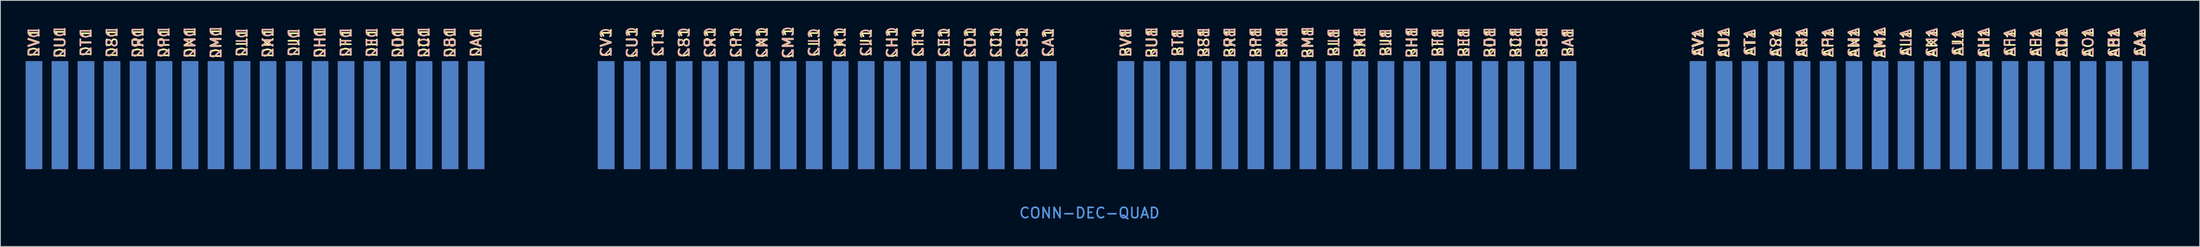
<source format=kicad_pcb>
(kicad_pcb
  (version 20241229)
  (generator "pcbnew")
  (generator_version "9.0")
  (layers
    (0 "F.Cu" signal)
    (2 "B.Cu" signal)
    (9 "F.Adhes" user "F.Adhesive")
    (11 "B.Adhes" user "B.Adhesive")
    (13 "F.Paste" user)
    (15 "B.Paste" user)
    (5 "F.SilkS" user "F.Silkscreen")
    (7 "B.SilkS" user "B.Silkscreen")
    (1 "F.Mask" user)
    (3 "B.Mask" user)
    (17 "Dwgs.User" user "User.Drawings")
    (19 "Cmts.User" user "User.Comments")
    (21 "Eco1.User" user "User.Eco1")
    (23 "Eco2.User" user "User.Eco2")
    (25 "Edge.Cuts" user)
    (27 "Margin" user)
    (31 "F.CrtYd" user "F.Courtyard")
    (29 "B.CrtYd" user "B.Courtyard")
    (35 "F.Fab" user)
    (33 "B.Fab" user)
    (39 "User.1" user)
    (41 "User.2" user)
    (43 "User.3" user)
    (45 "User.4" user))
  (footprint "CONN-DEC-QUAD"
    (layer "F.Cu")
    (at 262.237 18.653)
    (property "Reference" "CONN-DEC-QUAD" (at -132.283 4.343 0) (layer "Cmts.User") (effects (font (size 1.27 1.27) (thickness 0.203))))
    (attr through_hole)
    (fp_text user "AM1" (at -35.763 -16.51 90) (layer "F.SilkS") (effects (font (size 1.27 1.27) (thickness 0.203))))
    (fp_text user "AR1" (at -45.288 -16.51 90) (layer "F.SilkS") (effects (font (size 1.27 1.27) (thickness 0.203))))
    (fp_text user "DR1" (at -248.437 -16.51 90) (layer "F.SilkS") (effects (font (size 1.27 1.27) (thickness 0.203))))
    (fp_text user "BA1" (at -73.863 -16.51 90) (layer "F.SilkS") (effects (font (size 1.27 1.27) (thickness 0.203))))
    (fp_text user "BF1" (at -89.738 -16.51 90) (layer "F.SilkS") (effects (font (size 1.27 1.27) (thickness 0.203))))
    (fp_text user "BU1" (at -124.663 -16.51 90) (layer "F.SilkS") (effects (font (size 1.27 1.27) (thickness 0.203))))
    (fp_text user "DB1" (at -210.337 -16.51 90) (layer "F.SilkS") (effects (font (size 1.27 1.27) (thickness 0.203))))
    (fp_text user "DN1" (at -242.087 -16.51 90) (layer "F.SilkS") (effects (font (size 1.27 1.27) (thickness 0.203))))
    (fp_text user "BS1" (at -118.313 -16.51 90) (layer "F.SilkS") (effects (font (size 1.27 1.27) (thickness 0.203))))
    (fp_text user "CR1" (at -178.587 -16.51 90) (layer "F.SilkS") (effects (font (size 1.27 1.27) (thickness 0.203))))
    (fp_text user "CL1" (at -165.887 -16.51 90) (layer "F.SilkS") (effects (font (size 1.27 1.27) (thickness 0.203))))
    (fp_text user "BR1" (at -115.138 -16.51 90) (layer "F.SilkS") (effects (font (size 1.27 1.27) (thickness 0.203))))
    (fp_text user "AE1" (at -16.713 -16.51 90) (layer "F.SilkS") (effects (font (size 1.27 1.27) (thickness 0.203))))
    (fp_text user "DE1" (at -219.862 -16.51 90) (layer "F.SilkS") (effects (font (size 1.27 1.27) (thickness 0.203))))
    (fp_text user "DL1" (at -235.737 -16.51 90) (layer "F.SilkS") (effects (font (size 1.27 1.27) (thickness 0.203))))
    (fp_text user "CM1" (at -169.062 -16.51 90) (layer "F.SilkS") (effects (font (size 1.27 1.27) (thickness 0.203))))
    (fp_text user "BB1" (at -77.038 -16.51 90) (layer "F.SilkS") (effects (font (size 1.27 1.27) (thickness 0.203))))
    (fp_text user "AF1" (at -19.888 -16.51 90) (layer "F.SilkS") (effects (font (size 1.27 1.27) (thickness 0.203))))
    (fp_text user "BJ1" (at -96.088 -16.51 90) (layer "F.SilkS") (effects (font (size 1.27 1.27) (thickness 0.203))))
    (fp_text user "AP1" (at -42.113 -16.51 90) (layer "F.SilkS") (effects (font (size 1.27 1.27) (thickness 0.203))))
    (fp_text user "AB1" (at -7.188 -16.51 90) (layer "F.SilkS") (effects (font (size 1.27 1.27) (thickness 0.203))))
    (fp_text user "CU1" (at -188.112 -16.51 90) (layer "F.SilkS") (effects (font (size 1.27 1.27) (thickness 0.203))))
    (fp_text user "BE1" (at -86.563 -16.51 90) (layer "F.SilkS") (effects (font (size 1.27 1.27) (thickness 0.203))))
    (fp_text user "AC1" (at -10.363 -16.51 90) (layer "F.SilkS") (effects (font (size 1.27 1.27) (thickness 0.203))))
    (fp_text user "AJ1" (at -26.238 -16.51 90) (layer "F.SilkS") (effects (font (size 1.27 1.27) (thickness 0.203))))
    (fp_text user "BL1" (at -102.438 -16.51 90) (layer "F.SilkS") (effects (font (size 1.27 1.27) (thickness 0.203))))
    (fp_text user "CN1" (at -172.237 -16.51 90) (layer "F.SilkS") (effects (font (size 1.27 1.27) (thickness 0.203))))
    (fp_text user "BT1" (at -121.488 -16.51 90) (layer "F.SilkS") (effects (font (size 1.27 1.27) (thickness 0.203))))
    (fp_text user "AH1" (at -23.063 -16.51 90) (layer "F.SilkS") (effects (font (size 1.27 1.27) (thickness 0.203))))
    (fp_text user "DC1" (at -213.512 -16.51 90) (layer "F.SilkS") (effects (font (size 1.27 1.27) (thickness 0.203))))
    (fp_text user "CT1" (at -184.937 -16.51 90) (layer "F.SilkS") (effects (font (size 1.27 1.27) (thickness 0.203))))
    (fp_text user "BP1" (at -111.963 -16.51 90) (layer "F.SilkS") (effects (font (size 1.27 1.27) (thickness 0.203))))
    (fp_text user "BK1" (at -99.263 -16.51 90) (layer "F.SilkS") (effects (font (size 1.27 1.27) (thickness 0.203))))
    (fp_text user "DT1" (at -254.787 -16.51 90) (layer "F.SilkS") (effects (font (size 1.27 1.27) (thickness 0.203))))
    (fp_text user "AN1" (at -38.938 -16.51 90) (layer "F.SilkS") (effects (font (size 1.27 1.27) (thickness 0.203))))
    (fp_text user "AS1" (at -48.463 -16.51 90) (layer "F.SilkS") (effects (font (size 1.27 1.27) (thickness 0.203))))
    (fp_text user "DP1" (at -245.262 -16.51 90) (layer "F.SilkS") (effects (font (size 1.27 1.27) (thickness 0.203))))
    (fp_text user "DV1" (at -261.137 -16.51 90) (layer "F.SilkS") (effects (font (size 1.27 1.27) (thickness 0.203))))
    (fp_text user "DM1" (at -238.912 -16.51 90) (layer "F.SilkS") (effects (font (size 1.27 1.27) (thickness 0.203))))
    (fp_text user "BV1" (at -127.838 -16.51 90) (layer "F.SilkS") (effects (font (size 1.27 1.27) (thickness 0.203))))
    (fp_text user "DF1" (at -223.037 -16.51 90) (layer "F.SilkS") (effects (font (size 1.27 1.27) (thickness 0.203))))
    (fp_text user "AV1" (at -57.988 -16.51 90) (layer "F.SilkS") (effects (font (size 1.27 1.27) (thickness 0.203))))
    (fp_text user "AL1" (at -32.588 -16.51 90) (layer "F.SilkS") (effects (font (size 1.27 1.27) (thickness 0.203))))
    (fp_text user "BD1" (at -83.388 -16.51 90) (layer "F.SilkS") (effects (font (size 1.27 1.27) (thickness 0.203))))
    (fp_text user "CB1" (at -140.487 -16.51 90) (layer "F.SilkS") (effects (font (size 1.27 1.27) (thickness 0.203))))
    (fp_text user "AU1" (at -54.813 -16.51 90) (layer "F.SilkS") (effects (font (size 1.27 1.27) (thickness 0.203))))
    (fp_text user "DA1" (at -207.162 -16.51 90) (layer "F.SilkS") (effects (font (size 1.27 1.27) (thickness 0.203))))
    (fp_text user "DD1" (at -216.687 -16.51 90) (layer "F.SilkS") (effects (font (size 1.27 1.27) (thickness 0.203))))
    (fp_text user "DK1" (at -232.562 -16.51 90) (layer "F.SilkS") (effects (font (size 1.27 1.27) (thickness 0.203))))
    (fp_text user "BH1" (at -92.913 -16.51 90) (layer "F.SilkS") (effects (font (size 1.27 1.27) (thickness 0.203))))
    (fp_text user "CE1" (at -150.012 -16.51 90) (layer "F.SilkS") (effects (font (size 1.27 1.27) (thickness 0.203))))
    (fp_text user "BM1" (at -105.613 -16.51 90) (layer "F.SilkS") (effects (font (size 1.27 1.27) (thickness 0.203))))
    (fp_text user "BC1" (at -80.213 -16.51 90) (layer "F.SilkS") (effects (font (size 1.27 1.27) (thickness 0.203))))
    (fp_text user "AA1" (at -4.013 -16.51 90) (layer "F.SilkS") (effects (font (size 1.27 1.27) (thickness 0.203))))
    (fp_text user "CC1" (at -143.662 -16.51 90) (layer "F.SilkS") (effects (font (size 1.27 1.27) (thickness 0.203))))
    (fp_text user "DS1" (at -251.612 -16.51 90) (layer "F.SilkS") (effects (font (size 1.27 1.27) (thickness 0.203))))
    (fp_text user "CS1" (at -181.762 -16.51 90) (layer "F.SilkS") (effects (font (size 1.27 1.27) (thickness 0.203))))
    (fp_text user "CF1" (at -153.187 -16.51 90) (layer "F.SilkS") (effects (font (size 1.27 1.27) (thickness 0.203))))
    (fp_text user "DH1" (at -226.212 -16.51 90) (layer "F.SilkS") (effects (font (size 1.27 1.27) (thickness 0.203))))
    (fp_text user "CD1" (at -146.837 -16.51 90) (layer "F.SilkS") (effects (font (size 1.27 1.27) (thickness 0.203))))
    (fp_text user "AD1" (at -13.538 -16.51 90) (layer "F.SilkS") (effects (font (size 1.27 1.27) (thickness 0.203))))
    (fp_text user "AT1" (at -51.638 -16.51 90) (layer "F.SilkS") (effects (font (size 1.27 1.27) (thickness 0.203))))
    (fp_text user "CP1" (at -175.412 -16.51 90) (layer "F.SilkS") (effects (font (size 1.27 1.27) (thickness 0.203))))
    (fp_text user "CJ1" (at -159.537 -16.51 90) (layer "F.SilkS") (effects (font (size 1.27 1.27) (thickness 0.203))))
    (fp_text user "CK1" (at -162.712 -16.51 90) (layer "F.SilkS") (effects (font (size 1.27 1.27) (thickness 0.203))))
    (fp_text user "CA1" (at -137.312 -16.51 90) (layer "F.SilkS") (effects (font (size 1.27 1.27) (thickness 0.203))))
    (fp_text user "CV1" (at -191.287 -16.51 90) (layer "F.SilkS") (effects (font (size 1.27 1.27) (thickness 0.203))))
    (fp_text user "DJ1" (at -229.387 -16.51 90) (layer "F.SilkS") (effects (font (size 1.27 1.27) (thickness 0.203))))
    (fp_text user "BN1" (at -108.788 -16.51 90) (layer "F.SilkS") (effects (font (size 1.27 1.27) (thickness 0.203))))
    (fp_text user "DU1" (at -257.962 -16.51 90) (layer "F.SilkS") (effects (font (size 1.27 1.27) (thickness 0.203))))
    (fp_text user "CH1" (at -156.362 -16.51 90) (layer "F.SilkS") (effects (font (size 1.27 1.27) (thickness 0.203))))
    (fp_text user "AK1" (at -29.413 -16.51 90) (layer "F.SilkS") (effects (font (size 1.27 1.27) (thickness 0.203))))
    (fp_text user "BT2" (at -121.488 -16.51 90) (layer "B.SilkS") (effects (font (size 1.27 1.27) (thickness 0.203)) (justify mirror)))
    (fp_text user "DC2" (at -213.512 -16.51 90) (layer "B.SilkS") (effects (font (size 1.27 1.27) (thickness 0.203)) (justify mirror)))
    (fp_text user "DM2" (at -238.912 -16.51 90) (layer "B.SilkS") (effects (font (size 1.27 1.27) (thickness 0.203)) (justify mirror)))
    (fp_text user "BA2" (at -73.863 -16.51 90) (layer "B.SilkS") (effects (font (size 1.27 1.27) (thickness 0.203)) (justify mirror)))
    (fp_text user "BP2" (at -111.963 -16.51 90) (layer "B.SilkS") (effects (font (size 1.27 1.27) (thickness 0.203)) (justify mirror)))
    (fp_text user "BD2" (at -83.388 -16.51 90) (layer "B.SilkS") (effects (font (size 1.27 1.27) (thickness 0.203)) (justify mirror)))
    (fp_text user "DH2" (at -226.212 -16.51 90) (layer "B.SilkS") (effects (font (size 1.27 1.27) (thickness 0.203)) (justify mirror)))
    (fp_text user "CV2" (at -191.287 -16.51 90) (layer "B.SilkS") (effects (font (size 1.27 1.27) (thickness 0.203)) (justify mirror)))
    (fp_text user "AL2" (at -32.588 -16.51 90) (layer "B.SilkS") (effects (font (size 1.27 1.27) (thickness 0.203)) (justify mirror)))
    (fp_text user "AT2" (at -51.638 -16.51 90) (layer "B.SilkS") (effects (font (size 1.27 1.27) (thickness 0.203)) (justify mirror)))
    (fp_text user "DA2" (at -207.162 -16.51 90) (layer "B.SilkS") (effects (font (size 1.27 1.27) (thickness 0.203)) (justify mirror)))
    (fp_text user "DE2" (at -219.862 -16.51 90) (layer "B.SilkS") (effects (font (size 1.27 1.27) (thickness 0.203)) (justify mirror)))
    (fp_text user "AP2" (at -42.113 -16.51 90) (layer "B.SilkS") (effects (font (size 1.27 1.27) (thickness 0.203)) (justify mirror)))
    (fp_text user "CD2" (at -146.837 -16.51 90) (layer "B.SilkS") (effects (font (size 1.27 1.27) (thickness 0.203)) (justify mirror)))
    (fp_text user "CN2" (at -172.237 -16.51 90) (layer "B.SilkS") (effects (font (size 1.27 1.27) (thickness 0.203)) (justify mirror)))
    (fp_text user "DU2" (at -257.962 -16.51 90) (layer "B.SilkS") (effects (font (size 1.27 1.27) (thickness 0.203)) (justify mirror)))
    (fp_text user "BE2" (at -86.563 -16.51 90) (layer "B.SilkS") (effects (font (size 1.27 1.27) (thickness 0.203)) (justify mirror)))
    (fp_text user "DF2" (at -223.037 -16.51 90) (layer "B.SilkS") (effects (font (size 1.27 1.27) (thickness 0.203)) (justify mirror)))
    (fp_text user "DK2" (at -232.562 -16.51 90) (layer "B.SilkS") (effects (font (size 1.27 1.27) (thickness 0.203)) (justify mirror)))
    (fp_text user "AU2" (at -54.813 -16.51 90) (layer "B.SilkS") (effects (font (size 1.27 1.27) (thickness 0.203)) (justify mirror)))
    (fp_text user "CS2" (at -181.762 -16.51 90) (layer "B.SilkS") (effects (font (size 1.27 1.27) (thickness 0.203)) (justify mirror)))
    (fp_text user "BM2" (at -105.613 -16.51 90) (layer "B.SilkS") (effects (font (size 1.27 1.27) (thickness 0.203)) (justify mirror)))
    (fp_text user "BR2" (at -115.138 -16.51 90) (layer "B.SilkS") (effects (font (size 1.27 1.27) (thickness 0.203)) (justify mirror)))
    (fp_text user "AC2" (at -10.363 -16.51 90) (layer "B.SilkS") (effects (font (size 1.27 1.27) (thickness 0.203)) (justify mirror)))
    (fp_text user "BK2" (at -99.263 -16.51 90) (layer "B.SilkS") (effects (font (size 1.27 1.27) (thickness 0.203)) (justify mirror)))
    (fp_text user "AN2" (at -38.938 -16.51 90) (layer "B.SilkS") (effects (font (size 1.27 1.27) (thickness 0.203)) (justify mirror)))
    (fp_text user "BC2" (at -80.213 -16.51 90) (layer "B.SilkS") (effects (font (size 1.27 1.27) (thickness 0.203)) (justify mirror)))
    (fp_text user "DJ2" (at -229.387 -16.51 90) (layer "B.SilkS") (effects (font (size 1.27 1.27) (thickness 0.203)) (justify mirror)))
    (fp_text user "AJ2" (at -26.238 -16.51 90) (layer "B.SilkS") (effects (font (size 1.27 1.27) (thickness 0.203)) (justify mirror)))
    (fp_text user "BF2" (at -89.738 -16.51 90) (layer "B.SilkS") (effects (font (size 1.27 1.27) (thickness 0.203)) (justify mirror)))
    (fp_text user "AA2" (at -4.013 -16.51 90) (layer "B.SilkS") (effects (font (size 1.27 1.27) (thickness 0.203)) (justify mirror)))
    (fp_text user "CU2" (at -188.112 -16.51 90) (layer "B.SilkS") (effects (font (size 1.27 1.27) (thickness 0.203)) (justify mirror)))
    (fp_text user "CH2" (at -156.362 -16.51 90) (layer "B.SilkS") (effects (font (size 1.27 1.27) (thickness 0.203)) (justify mirror)))
    (fp_text user "AD2" (at -13.538 -16.51 90) (layer "B.SilkS") (effects (font (size 1.27 1.27) (thickness 0.203)) (justify mirror)))
    (fp_text user "CK2" (at -162.712 -16.51 90) (layer "B.SilkS") (effects (font (size 1.27 1.27) (thickness 0.203)) (justify mirror)))
    (fp_text user "BU2" (at -124.663 -16.51 90) (layer "B.SilkS") (effects (font (size 1.27 1.27) (thickness 0.203)) (justify mirror)))
    (fp_text user "CT2" (at -184.937 -16.51 90) (layer "B.SilkS") (effects (font (size 1.27 1.27) (thickness 0.203)) (justify mirror)))
    (fp_text user "CC2" (at -143.662 -16.51 90) (layer "B.SilkS") (effects (font (size 1.27 1.27) (thickness 0.203)) (justify mirror)))
    (fp_text user "DT2" (at -254.787 -16.51 90) (layer "B.SilkS") (effects (font (size 1.27 1.27) (thickness 0.203)) (justify mirror)))
    (fp_text user "AH2" (at -23.063 -16.51 90) (layer "B.SilkS") (effects (font (size 1.27 1.27) (thickness 0.203)) (justify mirror)))
    (fp_text user "DR2" (at -248.437 -16.51 90) (layer "B.SilkS") (effects (font (size 1.27 1.27) (thickness 0.203)) (justify mirror)))
    (fp_text user "AR2" (at -45.288 -16.51 90) (layer "B.SilkS") (effects (font (size 1.27 1.27) (thickness 0.203)) (justify mirror)))
    (fp_text user "CL2" (at -165.887 -16.51 90) (layer "B.SilkS") (effects (font (size 1.27 1.27) (thickness 0.203)) (justify mirror)))
    (fp_text user "BL2" (at -102.438 -16.51 90) (layer "B.SilkS") (effects (font (size 1.27 1.27) (thickness 0.203)) (justify mirror)))
    (fp_text user "CP2" (at -175.412 -16.51 90) (layer "B.SilkS") (effects (font (size 1.27 1.27) (thickness 0.203)) (justify mirror)))
    (fp_text user "AB2" (at -7.188 -16.51 90) (layer "B.SilkS") (effects (font (size 1.27 1.27) (thickness 0.203)) (justify mirror)))
    (fp_text user "DL2" (at -235.737 -16.51 90) (layer "B.SilkS") (effects (font (size 1.27 1.27) (thickness 0.203)) (justify mirror)))
    (fp_text user "CA2" (at -137.312 -16.51 90) (layer "B.SilkS") (effects (font (size 1.27 1.27) (thickness 0.203)) (justify mirror)))
    (fp_text user "AV2" (at -57.988 -16.51 90) (layer "B.SilkS") (effects (font (size 1.27 1.27) (thickness 0.203)) (justify mirror)))
    (fp_text user "DN2" (at -242.087 -16.51 90) (layer "B.SilkS") (effects (font (size 1.27 1.27) (thickness 0.203)) (justify mirror)))
    (fp_text user "CJ2" (at -159.537 -16.51 90) (layer "B.SilkS") (effects (font (size 1.27 1.27) (thickness 0.203)) (justify mirror)))
    (fp_text user "CM2" (at -169.062 -16.51 90) (layer "B.SilkS") (effects (font (size 1.27 1.27) (thickness 0.203)) (justify mirror)))
    (fp_text user "BB2" (at -77.038 -16.51 90) (layer "B.SilkS") (effects (font (size 1.27 1.27) (thickness 0.203)) (justify mirror)))
    (fp_text user "BH2" (at -92.913 -16.51 90) (layer "B.SilkS") (effects (font (size 1.27 1.27) (thickness 0.203)) (justify mirror)))
    (fp_text user "BJ2" (at -96.088 -16.51 90) (layer "B.SilkS") (effects (font (size 1.27 1.27) (thickness 0.203)) (justify mirror)))
    (fp_text user "BV2" (at -127.838 -16.51 90) (layer "B.SilkS") (effects (font (size 1.27 1.27) (thickness 0.203)) (justify mirror)))
    (fp_text user "AF2" (at -19.888 -16.51 90) (layer "B.SilkS") (effects (font (size 1.27 1.27) (thickness 0.203)) (justify mirror)))
    (fp_text user "DV2" (at -261.137 -16.51 90) (layer "B.SilkS") (effects (font (size 1.27 1.27) (thickness 0.203)) (justify mirror)))
    (fp_text user "DP2" (at -245.262 -16.51 90) (layer "B.SilkS") (effects (font (size 1.27 1.27) (thickness 0.203)) (justify mirror)))
    (fp_text user "CE2" (at -150.012 -16.51 90) (layer "B.SilkS") (effects (font (size 1.27 1.27) (thickness 0.203)) (justify mirror)))
    (fp_text user "AE2" (at -16.713 -16.51 90) (layer "B.SilkS") (effects (font (size 1.27 1.27) (thickness 0.203)) (justify mirror)))
    (fp_text user "BN2" (at -108.788 -16.51 90) (layer "B.SilkS") (effects (font (size 1.27 1.27) (thickness 0.203)) (justify mirror)))
    (fp_text user "CF2" (at -153.187 -16.51 90) (layer "B.SilkS") (effects (font (size 1.27 1.27) (thickness 0.203)) (justify mirror)))
    (fp_text user "CR2" (at -178.587 -16.51 90) (layer "B.SilkS") (effects (font (size 1.27 1.27) (thickness 0.203)) (justify mirror)))
    (fp_text user "CB2" (at -140.487 -16.51 90) (layer "B.SilkS") (effects (font (size 1.27 1.27) (thickness 0.203)) (justify mirror)))
    (fp_text user "DD2" (at -216.687 -16.51 90) (layer "B.SilkS") (effects (font (size 1.27 1.27) (thickness 0.203)) (justify mirror)))
    (fp_text user "DB2" (at -210.337 -16.51 90) (layer "B.SilkS") (effects (font (size 1.27 1.27) (thickness 0.203)) (justify mirror)))
    (fp_text user "AM2" (at -35.763 -16.51 90) (layer "B.SilkS") (effects (font (size 1.27 1.27) (thickness 0.203)) (justify mirror)))
    (fp_text user "DS2" (at -251.612 -16.51 90) (layer "B.SilkS") (effects (font (size 1.27 1.27) (thickness 0.203)) (justify mirror)))
    (fp_text user "AS2" (at -48.463 -16.51 90) (layer "B.SilkS") (effects (font (size 1.27 1.27) (thickness 0.203)) (justify mirror)))
    (fp_text user "BS2" (at -118.313 -16.51 90) (layer "B.SilkS") (effects (font (size 1.27 1.27) (thickness 0.203)) (justify mirror)))
    (fp_text user "AK2" (at -29.413 -16.51 90) (layer "B.SilkS") (effects (font (size 1.27 1.27) (thickness 0.203)) (justify mirror)))
    (pad "AA1" connect rect (at -4.013 -13.462) (size 2.032 13.208) (drill (offset 0 5.842)) (layers "F.Cu" "F.Mask"))
    (pad "AA2" connect rect (at -4.013 -13.462) (size 2.032 13.208) (drill (offset 0 5.842)) (layers "B.Cu" "B.Mask"))
    (pad "AB1" connect rect (at -7.188 -13.462) (size 2.032 13.208) (drill (offset 0 5.842)) (layers "F.Cu" "F.Mask"))
    (pad "AB2" connect rect (at -7.188 -13.462) (size 2.032 13.208) (drill (offset 0 5.842)) (layers "B.Cu" "B.Mask"))
    (pad "AC1" connect rect (at -10.363 -13.462) (size 2.032 13.208) (drill (offset 0 5.842)) (layers "F.Cu" "F.Mask"))
    (pad "AC2" connect rect (at -10.363 -13.462) (size 2.032 13.208) (drill (offset 0 5.842)) (layers "B.Cu" "B.Mask"))
    (pad "AD1" connect rect (at -13.538 -13.462) (size 2.032 13.208) (drill (offset 0 5.842)) (layers "F.Cu" "F.Mask"))
    (pad "AD2" connect rect (at -13.538 -13.462) (size 2.032 13.208) (drill (offset 0 5.842)) (layers "B.Cu" "B.Mask"))
    (pad "AE1" connect rect (at -16.713 -13.462) (size 2.032 13.208) (drill (offset 0 5.842)) (layers "F.Cu" "F.Mask"))
    (pad "AE2" connect rect (at -16.713 -13.462) (size 2.032 13.208) (drill (offset 0 5.842)) (layers "B.Cu" "B.Mask"))
    (pad "AF1" connect rect (at -19.888 -13.462) (size 2.032 13.208) (drill (offset 0 5.842)) (layers "F.Cu" "F.Mask"))
    (pad "AF2" connect rect (at -19.888 -13.462) (size 2.032 13.208) (drill (offset 0 5.842)) (layers "B.Cu" "B.Mask"))
    (pad "AH1" connect rect (at -23.063 -13.462) (size 2.032 13.208) (drill (offset 0 5.842)) (layers "F.Cu" "F.Mask"))
    (pad "AH2" connect rect (at -23.063 -13.462) (size 2.032 13.208) (drill (offset 0 5.842)) (layers "B.Cu" "B.Mask"))
    (pad "AJ1" connect rect (at -26.238 -13.462) (size 2.032 13.208) (drill (offset 0 5.842)) (layers "F.Cu" "F.Mask"))
    (pad "AJ2" connect rect (at -26.238 -13.462) (size 2.032 13.208) (drill (offset 0 5.842)) (layers "B.Cu" "B.Mask"))
    (pad "AK1" connect rect (at -29.413 -13.462) (size 2.032 13.208) (drill (offset 0 5.842)) (layers "F.Cu" "F.Mask"))
    (pad "AK2" connect rect (at -29.413 -13.462) (size 2.032 13.208) (drill (offset 0 5.842)) (layers "B.Cu" "B.Mask"))
    (pad "AL1" connect rect (at -32.588 -13.462) (size 2.032 13.208) (drill (offset 0 5.842)) (layers "F.Cu" "F.Mask"))
    (pad "AL2" connect rect (at -32.588 -13.462) (size 2.032 13.208) (drill (offset 0 5.842)) (layers "B.Cu" "B.Mask"))
    (pad "AM1" connect rect (at -35.763 -13.462) (size 2.032 13.208) (drill (offset 0 5.842)) (layers "F.Cu" "F.Mask"))
    (pad "AM2" connect rect (at -35.763 -13.462) (size 2.032 13.208) (drill (offset 0 5.842)) (layers "B.Cu" "B.Mask"))
    (pad "AN1" connect rect (at -38.938 -13.462) (size 2.032 13.208) (drill (offset 0 5.842)) (layers "F.Cu" "F.Mask"))
    (pad "AN2" connect rect (at -38.938 -13.462) (size 2.032 13.208) (drill (offset 0 5.842)) (layers "B.Cu" "B.Mask"))
    (pad "AP1" connect rect (at -42.113 -13.462) (size 2.032 13.208) (drill (offset 0 5.842)) (layers "F.Cu" "F.Mask"))
    (pad "AP2" connect rect (at -42.113 -13.462) (size 2.032 13.208) (drill (offset 0 5.842)) (layers "B.Cu" "B.Mask"))
    (pad "AR1" connect rect (at -45.288 -13.462) (size 2.032 13.208) (drill (offset 0 5.842)) (layers "F.Cu" "F.Mask"))
    (pad "AR2" connect rect (at -45.288 -13.462) (size 2.032 13.208) (drill (offset 0 5.842)) (layers "B.Cu" "B.Mask"))
    (pad "AS1" connect rect (at -48.463 -13.462) (size 2.032 13.208) (drill (offset 0 5.842)) (layers "F.Cu" "F.Mask"))
    (pad "AS2" connect rect (at -48.463 -13.462) (size 2.032 13.208) (drill (offset 0 5.842)) (layers "B.Cu" "B.Mask"))
    (pad "AT1" connect rect (at -51.638 -13.462) (size 2.032 13.208) (drill (offset 0 5.842)) (layers "F.Cu" "F.Mask"))
    (pad "AT2" connect rect (at -51.638 -13.462) (size 2.032 13.208) (drill (offset 0 5.842)) (layers "B.Cu" "B.Mask"))
    (pad "AU1" connect rect (at -54.813 -13.462) (size 2.032 13.208) (drill (offset 0 5.842)) (layers "F.Cu" "F.Mask"))
    (pad "AU2" connect rect (at -54.813 -13.462) (size 2.032 13.208) (drill (offset 0 5.842)) (layers "B.Cu" "B.Mask"))
    (pad "AV1" connect rect (at -57.988 -13.462) (size 2.032 13.208) (drill (offset 0 5.842)) (layers "F.Cu" "F.Mask"))
    (pad "AV2" connect rect (at -57.988 -13.462) (size 2.032 13.208) (drill (offset 0 5.842)) (layers "B.Cu" "B.Mask"))
    (pad "BA1" connect rect (at -73.863 -13.462) (size 2.032 13.208) (drill (offset 0 5.842)) (layers "F.Cu" "F.Mask"))
    (pad "BA2" connect rect (at -73.863 -13.462) (size 2.032 13.208) (drill (offset 0 5.842)) (layers "B.Cu" "B.Mask"))
    (pad "BB1" connect rect (at -77.038 -13.462) (size 2.032 13.208) (drill (offset 0 5.842)) (layers "F.Cu" "F.Mask"))
    (pad "BB2" connect rect (at -77.038 -13.462) (size 2.032 13.208) (drill (offset 0 5.842)) (layers "B.Cu" "B.Mask"))
    (pad "BC1" connect rect (at -80.213 -13.462) (size 2.032 13.208) (drill (offset 0 5.842)) (layers "F.Cu" "F.Mask"))
    (pad "BC2" connect rect (at -80.213 -13.462) (size 2.032 13.208) (drill (offset 0 5.842)) (layers "B.Cu" "B.Mask"))
    (pad "BD1" connect rect (at -83.388 -13.462) (size 2.032 13.208) (drill (offset 0 5.842)) (layers "F.Cu" "F.Mask"))
    (pad "BD2" connect rect (at -83.388 -13.462) (size 2.032 13.208) (drill (offset 0 5.842)) (layers "B.Cu" "B.Mask"))
    (pad "BE1" connect rect (at -86.563 -13.462) (size 2.032 13.208) (drill (offset 0 5.842)) (layers "F.Cu" "F.Mask"))
    (pad "BE2" connect rect (at -86.563 -13.462) (size 2.032 13.208) (drill (offset 0 5.842)) (layers "B.Cu" "B.Mask"))
    (pad "BF1" connect rect (at -89.738 -13.462) (size 2.032 13.208) (drill (offset 0 5.842)) (layers "F.Cu" "F.Mask"))
    (pad "BF2" connect rect (at -89.738 -13.462) (size 2.032 13.208) (drill (offset 0 5.842)) (layers "B.Cu" "B.Mask"))
    (pad "BH1" connect rect (at -92.913 -13.462) (size 2.032 13.208) (drill (offset 0 5.842)) (layers "F.Cu" "F.Mask"))
    (pad "BH2" connect rect (at -92.913 -13.462) (size 2.032 13.208) (drill (offset 0 5.842)) (layers "B.Cu" "B.Mask"))
    (pad "BJ1" connect rect (at -96.088 -13.462) (size 2.032 13.208) (drill (offset 0 5.842)) (layers "F.Cu" "F.Mask"))
    (pad "BJ2" connect rect (at -96.088 -13.462) (size 2.032 13.208) (drill (offset 0 5.842)) (layers "B.Cu" "B.Mask"))
    (pad "BK1" connect rect (at -99.263 -13.462) (size 2.032 13.208) (drill (offset 0 5.842)) (layers "F.Cu" "F.Mask"))
    (pad "BK2" connect rect (at -99.263 -13.462) (size 2.032 13.208) (drill (offset 0 5.842)) (layers "B.Cu" "B.Mask"))
    (pad "BL1" connect rect (at -102.438 -13.462) (size 2.032 13.208) (drill (offset 0 5.842)) (layers "F.Cu" "F.Mask"))
    (pad "BL2" connect rect (at -102.438 -13.462) (size 2.032 13.208) (drill (offset 0 5.842)) (layers "B.Cu" "B.Mask"))
    (pad "BM1" connect rect (at -105.613 -13.462) (size 2.032 13.208) (drill (offset 0 5.842)) (layers "F.Cu" "F.Mask"))
    (pad "BM2" connect rect (at -105.613 -13.462) (size 2.032 13.208) (drill (offset 0 5.842)) (layers "B.Cu" "B.Mask"))
    (pad "BN1" connect rect (at -108.788 -13.462) (size 2.032 13.208) (drill (offset 0 5.842)) (layers "F.Cu" "F.Mask"))
    (pad "BN2" connect rect (at -108.788 -13.462) (size 2.032 13.208) (drill (offset 0 5.842)) (layers "B.Cu" "B.Mask"))
    (pad "BP1" connect rect (at -111.963 -13.462) (size 2.032 13.208) (drill (offset 0 5.842)) (layers "F.Cu" "F.Mask"))
    (pad "BP2" connect rect (at -111.963 -13.462) (size 2.032 13.208) (drill (offset 0 5.842)) (layers "B.Cu" "B.Mask"))
    (pad "BR1" connect rect (at -115.138 -13.462) (size 2.032 13.208) (drill (offset 0 5.842)) (layers "F.Cu" "F.Mask"))
    (pad "BR2" connect rect (at -115.138 -13.462) (size 2.032 13.208) (drill (offset 0 5.842)) (layers "B.Cu" "B.Mask"))
    (pad "BS1" connect rect (at -118.313 -13.462) (size 2.032 13.208) (drill (offset 0 5.842)) (layers "F.Cu" "F.Mask"))
    (pad "BS2" connect rect (at -118.313 -13.462) (size 2.032 13.208) (drill (offset 0 5.842)) (layers "B.Cu" "B.Mask"))
    (pad "BT1" connect rect (at -121.488 -13.462) (size 2.032 13.208) (drill (offset 0 5.842)) (layers "F.Cu" "F.Mask"))
    (pad "BT2" connect rect (at -121.488 -13.462) (size 2.032 13.208) (drill (offset 0 5.842)) (layers "B.Cu" "B.Mask"))
    (pad "BU1" connect rect (at -124.663 -13.462) (size 2.032 13.208) (drill (offset 0 5.842)) (layers "F.Cu" "F.Mask"))
    (pad "BU2" connect rect (at -124.663 -13.462) (size 2.032 13.208) (drill (offset 0 5.842)) (layers "B.Cu" "B.Mask"))
    (pad "BV1" connect rect (at -127.838 -13.462) (size 2.032 13.208) (drill (offset 0 5.842)) (layers "F.Cu" "F.Mask"))
    (pad "BV2" connect rect (at -127.838 -13.462) (size 2.032 13.208) (drill (offset 0 5.842)) (layers "B.Cu" "B.Mask"))
    (pad "CA1" connect rect (at -137.312 -13.462) (size 2.032 13.208) (drill (offset 0 5.842)) (layers "F.Cu" "F.Mask"))
    (pad "CA2" connect rect (at -137.312 -13.462) (size 2.032 13.208) (drill (offset 0 5.842)) (layers "B.Cu" "B.Mask"))
    (pad "CB1" connect rect (at -140.487 -13.462) (size 2.032 13.208) (drill (offset 0 5.842)) (layers "F.Cu" "F.Mask"))
    (pad "CB2" connect rect (at -140.487 -13.462) (size 2.032 13.208) (drill (offset 0 5.842)) (layers "B.Cu" "B.Mask"))
    (pad "CC1" connect rect (at -143.662 -13.462) (size 2.032 13.208) (drill (offset 0 5.842)) (layers "F.Cu" "F.Mask"))
    (pad "CC2" connect rect (at -143.662 -13.462) (size 2.032 13.208) (drill (offset 0 5.842)) (layers "B.Cu" "B.Mask"))
    (pad "CD1" connect rect (at -146.837 -13.462) (size 2.032 13.208) (drill (offset 0 5.842)) (layers "F.Cu" "F.Mask"))
    (pad "CD2" connect rect (at -146.837 -13.462) (size 2.032 13.208) (drill (offset 0 5.842)) (layers "B.Cu" "B.Mask"))
    (pad "CE1" connect rect (at -150.012 -13.462) (size 2.032 13.208) (drill (offset 0 5.842)) (layers "F.Cu" "F.Mask"))
    (pad "CE2" connect rect (at -150.012 -13.462) (size 2.032 13.208) (drill (offset 0 5.842)) (layers "B.Cu" "B.Mask"))
    (pad "CF1" connect rect (at -153.187 -13.462) (size 2.032 13.208) (drill (offset 0 5.842)) (layers "F.Cu" "F.Mask"))
    (pad "CF2" connect rect (at -153.187 -13.462) (size 2.032 13.208) (drill (offset 0 5.842)) (layers "B.Cu" "B.Mask"))
    (pad "CH1" connect rect (at -156.362 -13.462) (size 2.032 13.208) (drill (offset 0 5.842)) (layers "F.Cu" "F.Mask"))
    (pad "CH2" connect rect (at -156.362 -13.462) (size 2.032 13.208) (drill (offset 0 5.842)) (layers "B.Cu" "B.Mask"))
    (pad "CJ1" connect rect (at -159.537 -13.462) (size 2.032 13.208) (drill (offset 0 5.842)) (layers "F.Cu" "F.Mask"))
    (pad "CJ2" connect rect (at -159.537 -13.462) (size 2.032 13.208) (drill (offset 0 5.842)) (layers "B.Cu" "B.Mask"))
    (pad "CK1" connect rect (at -162.712 -13.462) (size 2.032 13.208) (drill (offset 0 5.842)) (layers "F.Cu" "F.Mask"))
    (pad "CK2" connect rect (at -162.712 -13.462) (size 2.032 13.208) (drill (offset 0 5.842)) (layers "B.Cu" "B.Mask"))
    (pad "CL1" connect rect (at -165.887 -13.462) (size 2.032 13.208) (drill (offset 0 5.842)) (layers "F.Cu" "F.Mask"))
    (pad "CL2" connect rect (at -165.887 -13.462) (size 2.032 13.208) (drill (offset 0 5.842)) (layers "B.Cu" "B.Mask"))
    (pad "CM1" connect rect (at -169.062 -13.462) (size 2.032 13.208) (drill (offset 0 5.842)) (layers "F.Cu" "F.Mask"))
    (pad "CM2" connect rect (at -169.062 -13.462) (size 2.032 13.208) (drill (offset 0 5.842)) (layers "B.Cu" "B.Mask"))
    (pad "CN1" connect rect (at -172.237 -13.462) (size 2.032 13.208) (drill (offset 0 5.842)) (layers "F.Cu" "F.Mask"))
    (pad "CN2" connect rect (at -172.237 -13.462) (size 2.032 13.208) (drill (offset 0 5.842)) (layers "B.Cu" "B.Mask"))
    (pad "CP1" connect rect (at -175.412 -13.462) (size 2.032 13.208) (drill (offset 0 5.842)) (layers "F.Cu" "F.Mask"))
    (pad "CP2" connect rect (at -175.412 -13.462) (size 2.032 13.208) (drill (offset 0 5.842)) (layers "B.Cu" "B.Mask"))
    (pad "CR1" connect rect (at -178.587 -13.462) (size 2.032 13.208) (drill (offset 0 5.842)) (layers "F.Cu" "F.Mask"))
    (pad "CR2" connect rect (at -178.587 -13.462) (size 2.032 13.208) (drill (offset 0 5.842)) (layers "B.Cu" "B.Mask"))
    (pad "CS1" connect rect (at -181.762 -13.462) (size 2.032 13.208) (drill (offset 0 5.842)) (layers "F.Cu" "F.Mask"))
    (pad "CS2" connect rect (at -181.762 -13.462) (size 2.032 13.208) (drill (offset 0 5.842)) (layers "B.Cu" "B.Mask"))
    (pad "CT1" connect rect (at -184.937 -13.462) (size 2.032 13.208) (drill (offset 0 5.842)) (layers "F.Cu" "F.Mask"))
    (pad "CT2" connect rect (at -184.937 -13.462) (size 2.032 13.208) (drill (offset 0 5.842)) (layers "B.Cu" "B.Mask"))
    (pad "CU1" connect rect (at -188.112 -13.462) (size 2.032 13.208) (drill (offset 0 5.842)) (layers "F.Cu" "F.Mask"))
    (pad "CU2" connect rect (at -188.112 -13.462) (size 2.032 13.208) (drill (offset 0 5.842)) (layers "B.Cu" "B.Mask"))
    (pad "CV1" connect rect (at -191.287 -13.462) (size 2.032 13.208) (drill (offset 0 5.842)) (layers "F.Cu" "F.Mask"))
    (pad "CV2" connect rect (at -191.287 -13.462) (size 2.032 13.208) (drill (offset 0 5.842)) (layers "B.Cu" "B.Mask"))
    (pad "DA1" connect rect (at -207.162 -13.462) (size 2.032 13.208) (drill (offset 0 5.842)) (layers "F.Cu" "F.Mask"))
    (pad "DA2" connect rect (at -207.162 -13.462) (size 2.032 13.208) (drill (offset 0 5.842)) (layers "B.Cu" "B.Mask"))
    (pad "DB1" connect rect (at -210.337 -13.462) (size 2.032 13.208) (drill (offset 0 5.842)) (layers "F.Cu" "F.Mask"))
    (pad "DB2" connect rect (at -210.337 -13.462) (size 2.032 13.208) (drill (offset 0 5.842)) (layers "B.Cu" "B.Mask"))
    (pad "DC1" connect rect (at -213.512 -13.462) (size 2.032 13.208) (drill (offset 0 5.842)) (layers "F.Cu" "F.Mask"))
    (pad "DC2" connect rect (at -213.512 -13.462) (size 2.032 13.208) (drill (offset 0 5.842)) (layers "B.Cu" "B.Mask"))
    (pad "DD1" connect rect (at -216.687 -13.462) (size 2.032 13.208) (drill (offset 0 5.842)) (layers "F.Cu" "F.Mask"))
    (pad "DD2" connect rect (at -216.687 -13.462) (size 2.032 13.208) (drill (offset 0 5.842)) (layers "B.Cu" "B.Mask"))
    (pad "DE1" connect rect (at -219.862 -13.462) (size 2.032 13.208) (drill (offset 0 5.842)) (layers "F.Cu" "F.Mask"))
    (pad "DE2" connect rect (at -219.862 -13.462) (size 2.032 13.208) (drill (offset 0 5.842)) (layers "B.Cu" "B.Mask"))
    (pad "DF1" connect rect (at -223.037 -13.462) (size 2.032 13.208) (drill (offset 0 5.842)) (layers "F.Cu" "F.Mask"))
    (pad "DF2" connect rect (at -223.037 -13.462) (size 2.032 13.208) (drill (offset 0 5.842)) (layers "B.Cu" "B.Mask"))
    (pad "DH1" connect rect (at -226.212 -13.462) (size 2.032 13.208) (drill (offset 0 5.842)) (layers "F.Cu" "F.Mask"))
    (pad "DH2" connect rect (at -226.212 -13.462) (size 2.032 13.208) (drill (offset 0 5.842)) (layers "B.Cu" "B.Mask"))
    (pad "DJ1" connect rect (at -229.387 -13.462) (size 2.032 13.208) (drill (offset 0 5.842)) (layers "F.Cu" "F.Mask"))
    (pad "DJ2" connect rect (at -229.387 -13.462) (size 2.032 13.208) (drill (offset 0 5.842)) (layers "B.Cu" "B.Mask"))
    (pad "DK1" connect rect (at -232.562 -13.462) (size 2.032 13.208) (drill (offset 0 5.842)) (layers "F.Cu" "F.Mask"))
    (pad "DK2" connect rect (at -232.562 -13.462) (size 2.032 13.208) (drill (offset 0 5.842)) (layers "B.Cu" "B.Mask"))
    (pad "DL1" connect rect (at -235.737 -13.462) (size 2.032 13.208) (drill (offset 0 5.842)) (layers "F.Cu" "F.Mask"))
    (pad "DL2" connect rect (at -235.737 -13.462) (size 2.032 13.208) (drill (offset 0 5.842)) (layers "B.Cu" "B.Mask"))
    (pad "DM1" connect rect (at -238.912 -13.462) (size 2.032 13.208) (drill (offset 0 5.842)) (layers "F.Cu" "F.Mask"))
    (pad "DM2" connect rect (at -238.912 -13.462) (size 2.032 13.208) (drill (offset 0 5.842)) (layers "B.Cu" "B.Mask"))
    (pad "DN1" connect rect (at -242.087 -13.462) (size 2.032 13.208) (drill (offset 0 5.842)) (layers "F.Cu" "F.Mask"))
    (pad "DN2" connect rect (at -242.087 -13.462) (size 2.032 13.208) (drill (offset 0 5.842)) (layers "B.Cu" "B.Mask"))
    (pad "DP1" connect rect (at -245.262 -13.462) (size 2.032 13.208) (drill (offset 0 5.842)) (layers "F.Cu" "F.Mask"))
    (pad "DP2" connect rect (at -245.262 -13.462) (size 2.032 13.208) (drill (offset 0 5.842)) (layers "B.Cu" "B.Mask"))
    (pad "DR1" connect rect (at -248.437 -13.462) (size 2.032 13.208) (drill (offset 0 5.842)) (layers "F.Cu" "F.Mask"))
    (pad "DR2" connect rect (at -248.437 -13.462) (size 2.032 13.208) (drill (offset 0 5.842)) (layers "B.Cu" "B.Mask"))
    (pad "DS1" connect rect (at -251.612 -13.462) (size 2.032 13.208) (drill (offset 0 5.842)) (layers "F.Cu" "F.Mask"))
    (pad "DS2" connect rect (at -251.612 -13.462) (size 2.032 13.208) (drill (offset 0 5.842)) (layers "B.Cu" "B.Mask"))
    (pad "DT1" connect rect (at -254.787 -13.462) (size 2.032 13.208) (drill (offset 0 5.842)) (layers "F.Cu" "F.Mask"))
    (pad "DT2" connect rect (at -254.787 -13.462) (size 2.032 13.208) (drill (offset 0 5.842)) (layers "B.Cu" "B.Mask"))
    (pad "DU1" connect rect (at -257.962 -13.462) (size 2.032 13.208) (drill (offset 0 5.842)) (layers "F.Cu" "F.Mask"))
    (pad "DU2" connect rect (at -257.962 -13.462) (size 2.032 13.208) (drill (offset 0 5.842)) (layers "B.Cu" "B.Mask"))
    (pad "DV1" connect rect (at -261.137 -13.462) (size 2.032 13.208) (drill (offset 0 5.842)) (layers "F.Cu" "F.Mask"))
    (pad "DV2" connect rect (at -261.137 -13.462) (size 2.032 13.208) (drill (offset 0 5.842)) (layers "B.Cu" "B.Mask")))
  (gr_rect
    (start -3 -3)
    (end 265.487 27.096)
    (stroke (width 0.1) (type default))
    (fill no)
    (layer "Edge.Cuts")))
</source>
